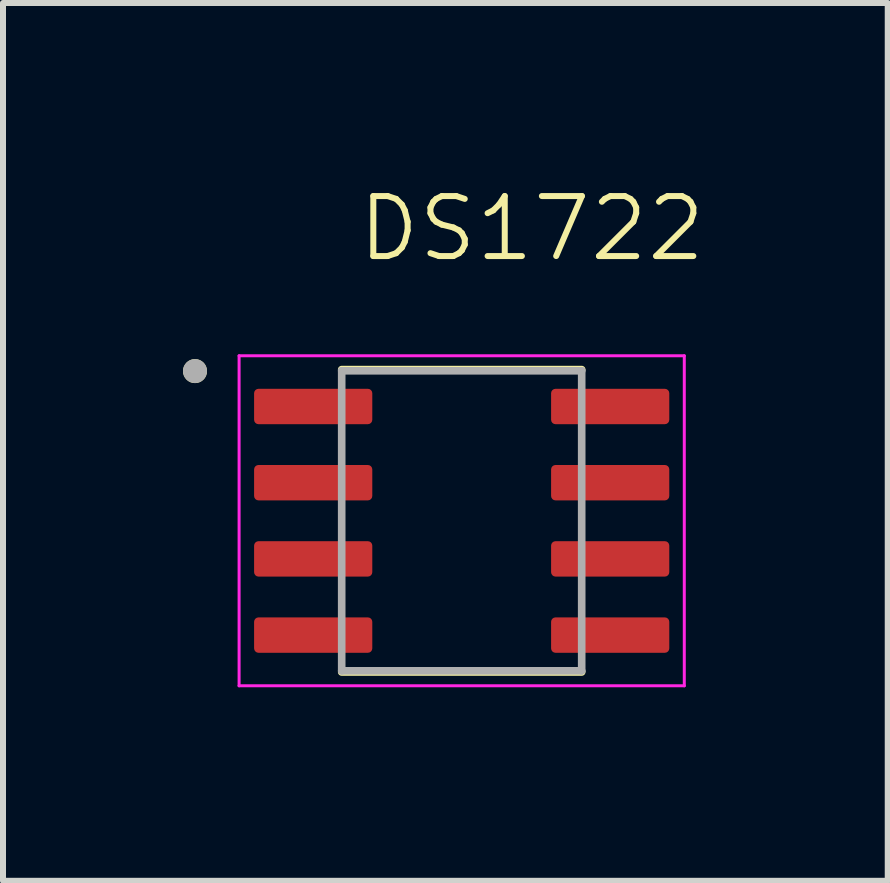
<source format=kicad_pcb>
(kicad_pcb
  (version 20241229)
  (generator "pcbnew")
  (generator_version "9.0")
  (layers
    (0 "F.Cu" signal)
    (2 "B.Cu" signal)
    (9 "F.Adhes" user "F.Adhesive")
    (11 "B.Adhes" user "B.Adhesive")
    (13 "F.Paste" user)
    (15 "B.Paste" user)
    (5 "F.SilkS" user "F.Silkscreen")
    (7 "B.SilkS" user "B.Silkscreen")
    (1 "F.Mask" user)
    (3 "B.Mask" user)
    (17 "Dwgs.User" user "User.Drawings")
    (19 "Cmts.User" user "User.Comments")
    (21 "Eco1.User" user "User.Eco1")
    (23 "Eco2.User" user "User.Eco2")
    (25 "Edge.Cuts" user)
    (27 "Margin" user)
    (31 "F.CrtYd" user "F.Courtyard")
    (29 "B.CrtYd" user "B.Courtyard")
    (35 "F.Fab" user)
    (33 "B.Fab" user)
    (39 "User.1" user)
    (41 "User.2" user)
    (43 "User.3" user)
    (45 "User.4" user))
  (footprint "DS1722"
    (layer "F.Cu")
    (at 3.275 8.38)
    (property "Reference" "DS1722" (at 2.54 -7.62 0) (unlocked yes) (layer "F.SilkS") (effects (font (size 1 1) (thickness 0.1))))
    (attr smd)
    (fp_line (start -0.63 -5.27) (end 3.37 -5.27) (stroke (width 0.127) (type solid)) (layer "F.SilkS"))
    (fp_line (start -0.63 -0.23) (end 3.37 -0.23) (stroke (width 0.127) (type solid)) (layer "F.SilkS"))
    (fp_circle (center -3.075 -5.245) (end -2.975 -5.245) (stroke (width 0.2) (type solid)) (fill no) (layer "F.SilkS"))
    (fp_line (start -2.34 -5.5) (end -2.34 0) (stroke (width 0.05) (type solid)) (layer "F.CrtYd"))
    (fp_line (start -2.34 -5.5) (end 5.08 -5.5) (stroke (width 0.05) (type solid)) (layer "F.CrtYd"))
    (fp_line (start -2.34 0) (end 5.08 0) (stroke (width 0.05) (type solid)) (layer "F.CrtYd"))
    (fp_line (start 5.08 -5.5) (end 5.08 0) (stroke (width 0.05) (type solid)) (layer "F.CrtYd"))
    (fp_line (start -0.63 -5.25) (end -0.63 -0.25) (stroke (width 0.127) (type solid)) (layer "F.Fab"))
    (fp_line (start -0.63 -5.25) (end 3.37 -5.25) (stroke (width 0.127) (type solid)) (layer "F.Fab"))
    (fp_line (start -0.63 -0.25) (end 3.37 -0.25) (stroke (width 0.127) (type solid)) (layer "F.Fab"))
    (fp_line (start 3.37 -5.25) (end 3.37 -0.25) (stroke (width 0.127) (type solid)) (layer "F.Fab"))
    (fp_circle (center -3.075 -5.245) (end -2.975 -5.245) (stroke (width 0.2) (type solid)) (fill no) (layer "F.Fab"))
    (pad "1" smd roundrect (at -1.105 -4.655) (size 1.97 0.59) (layers "F.Cu" "F.Mask" "F.Paste") (roundrect_rratio 0.125))
    (pad "2" smd roundrect (at -1.105 -3.385) (size 1.97 0.59) (layers "F.Cu" "F.Mask" "F.Paste") (roundrect_rratio 0.125))
    (pad "3" smd roundrect (at -1.105 -2.115) (size 1.97 0.59) (layers "F.Cu" "F.Mask" "F.Paste") (roundrect_rratio 0.125))
    (pad "4" smd roundrect (at -1.105 -0.845) (size 1.97 0.59) (layers "F.Cu" "F.Mask" "F.Paste") (roundrect_rratio 0.125))
    (pad "5" smd roundrect (at 3.845 -0.845) (size 1.97 0.59) (layers "F.Cu" "F.Mask" "F.Paste") (roundrect_rratio 0.125))
    (pad "6" smd roundrect (at 3.845 -2.115) (size 1.97 0.59) (layers "F.Cu" "F.Mask" "F.Paste") (roundrect_rratio 0.125))
    (pad "7" smd roundrect (at 3.845 -3.385) (size 1.97 0.59) (layers "F.Cu" "F.Mask" "F.Paste") (roundrect_rratio 0.125))
    (pad "8" smd roundrect (at 3.845 -4.655) (size 1.97 0.59) (layers "F.Cu" "F.Mask" "F.Paste") (roundrect_rratio 0.125)))
  (gr_rect
    (start -3 -3)
    (end 11.746 11.63)
    (stroke (width 0.1) (type default))
    (fill no)
    (layer "Edge.Cuts")))
</source>
